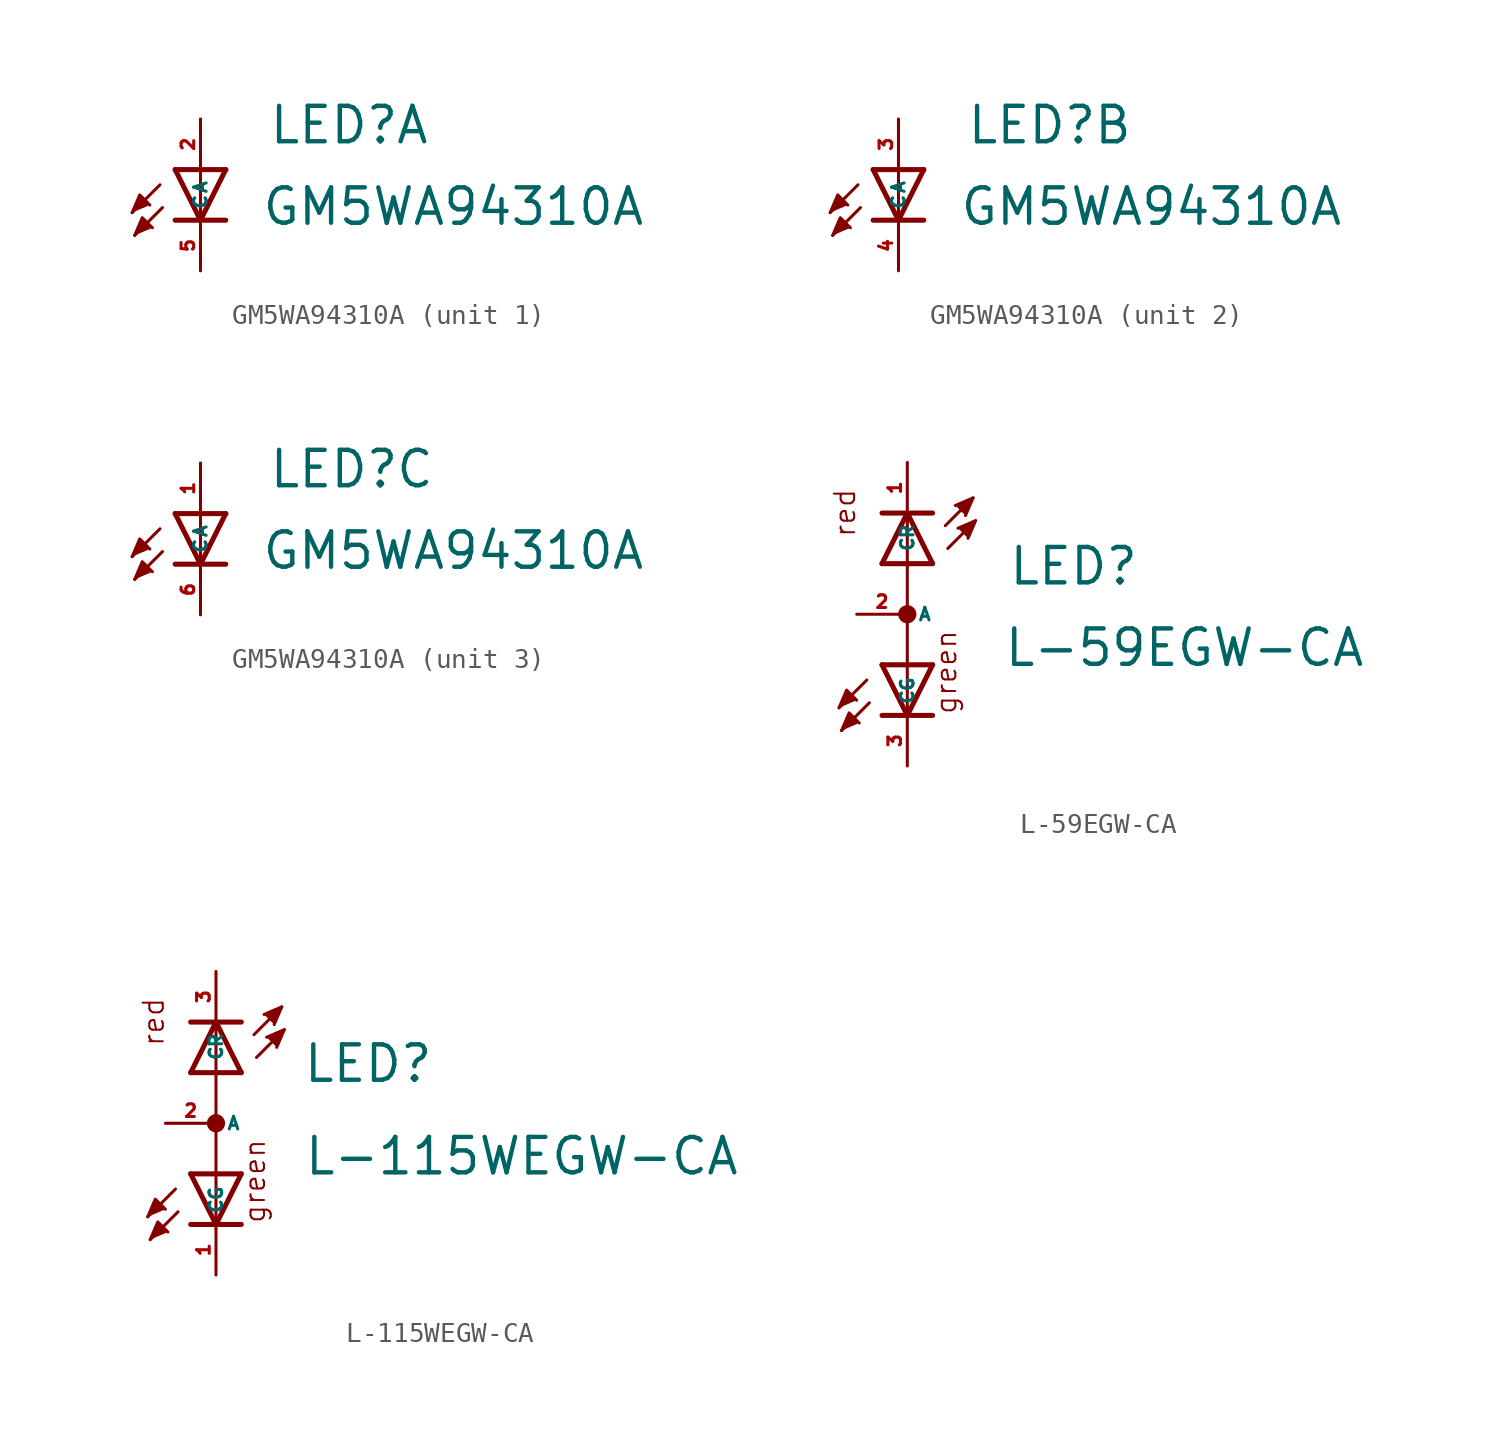
<source format=kicad_sym>
(kicad_symbol_lib
  (version 20220914)
  (generator kicad_symbol_editor)
  (symbol "GM5WA94310A"
    (property "Reference" "LED"
      (at 3.378 1.194 0)
      (effects (font (size 1.778 1.778) (thickness 0.22)) (justify left bottom)))
    (property "Value" "GM5WA94310A"
      (at 3.023 -2.896 0)
      (effects (font (size 1.778 1.778) (thickness 0.22)) (justify left bottom)))
    (symbol "GM5WA94310A_1_0"
      (polyline (pts (xy -2.032 -0.762) (xy -3.429 -2.159)) (stroke (width 0.152) (type default)) (fill (type none)))
      (polyline (pts (xy -1.905 -1.905) (xy -3.302 -3.302)) (stroke (width 0.152) (type default)) (fill (type none)))
      (polyline (pts (xy 0 -2.54) (xy -1.27 -2.54)) (stroke (width 0.254) (type default)) (fill (type none)))
      (polyline (pts (xy 0 -2.54) (xy -1.27 0)) (stroke (width 0.254) (type default)) (fill (type none)))
      (polyline (pts (xy 0 0) (xy -1.27 0)) (stroke (width 0.254) (type default)) (fill (type none)))
      (polyline (pts (xy 0 0) (xy 0 -2.54)) (stroke (width 0.152) (type default)) (fill (type none)))
      (polyline (pts (xy 1.27 -2.54) (xy 0 -2.54)) (stroke (width 0.254) (type default)) (fill (type none)))
      (polyline (pts (xy 1.27 0) (xy 0 -2.54)) (stroke (width 0.254) (type default)) (fill (type none)))
      (polyline (pts (xy 1.27 0) (xy 0 0)) (stroke (width 0.254) (type default)) (fill (type none)))
      (polyline (pts (xy -3.429 -2.159) (xy -3.048 -1.27) (xy -2.54 -1.778)) (stroke (width 0.152) (type default)) (fill (type outline)))
      (polyline (pts (xy -3.302 -3.302) (xy -2.921 -2.413) (xy -2.413 -2.921)) (stroke (width 0.152) (type default)) (fill (type outline)))
      (pin passive line (at 0 2.54 270) (length 2.54) (name "A" (effects (font (size 0.635 0.635)))) (number "2" (effects (font (size 0.635 0.635)))))
      (pin passive line (at 0 -5.08 90) (length 2.54) (name "C" (effects (font (size 0.635 0.635)))) (number "5" (effects (font (size 0.635 0.635))))))
    (symbol "GM5WA94310A_2_0"
      (polyline (pts (xy -2.032 -0.762) (xy -3.429 -2.159)) (stroke (width 0.152) (type default)) (fill (type none)))
      (polyline (pts (xy -1.905 -1.905) (xy -3.302 -3.302)) (stroke (width 0.152) (type default)) (fill (type none)))
      (polyline (pts (xy 0 -2.54) (xy -1.27 -2.54)) (stroke (width 0.254) (type default)) (fill (type none)))
      (polyline (pts (xy 0 -2.54) (xy -1.27 0)) (stroke (width 0.254) (type default)) (fill (type none)))
      (polyline (pts (xy 0 0) (xy -1.27 0)) (stroke (width 0.254) (type default)) (fill (type none)))
      (polyline (pts (xy 0 0) (xy 0 -2.54)) (stroke (width 0.152) (type default)) (fill (type none)))
      (polyline (pts (xy 1.27 -2.54) (xy 0 -2.54)) (stroke (width 0.254) (type default)) (fill (type none)))
      (polyline (pts (xy 1.27 0) (xy 0 -2.54)) (stroke (width 0.254) (type default)) (fill (type none)))
      (polyline (pts (xy 1.27 0) (xy 0 0)) (stroke (width 0.254) (type default)) (fill (type none)))
      (polyline (pts (xy -3.429 -2.159) (xy -3.048 -1.27) (xy -2.54 -1.778)) (stroke (width 0.152) (type default)) (fill (type outline)))
      (polyline (pts (xy -3.302 -3.302) (xy -2.921 -2.413) (xy -2.413 -2.921)) (stroke (width 0.152) (type default)) (fill (type outline)))
      (pin passive line (at 0 2.54 270) (length 2.54) (name "A" (effects (font (size 0.635 0.635)))) (number "3" (effects (font (size 0.635 0.635)))))
      (pin passive line (at 0 -5.08 90) (length 2.54) (name "C" (effects (font (size 0.635 0.635)))) (number "4" (effects (font (size 0.635 0.635))))))
    (symbol "GM5WA94310A_3_0"
      (polyline (pts (xy -2.032 -0.762) (xy -3.429 -2.159)) (stroke (width 0.152) (type default)) (fill (type none)))
      (polyline (pts (xy -1.905 -1.905) (xy -3.302 -3.302)) (stroke (width 0.152) (type default)) (fill (type none)))
      (polyline (pts (xy 0 -2.54) (xy -1.27 -2.54)) (stroke (width 0.254) (type default)) (fill (type none)))
      (polyline (pts (xy 0 -2.54) (xy -1.27 0)) (stroke (width 0.254) (type default)) (fill (type none)))
      (polyline (pts (xy 0 0) (xy -1.27 0)) (stroke (width 0.254) (type default)) (fill (type none)))
      (polyline (pts (xy 0 0) (xy 0 -2.54)) (stroke (width 0.152) (type default)) (fill (type none)))
      (polyline (pts (xy 1.27 -2.54) (xy 0 -2.54)) (stroke (width 0.254) (type default)) (fill (type none)))
      (polyline (pts (xy 1.27 0) (xy 0 -2.54)) (stroke (width 0.254) (type default)) (fill (type none)))
      (polyline (pts (xy 1.27 0) (xy 0 0)) (stroke (width 0.254) (type default)) (fill (type none)))
      (polyline (pts (xy -3.429 -2.159) (xy -3.048 -1.27) (xy -2.54 -1.778)) (stroke (width 0.152) (type default)) (fill (type outline)))
      (polyline (pts (xy -3.302 -3.302) (xy -2.921 -2.413) (xy -2.413 -2.921)) (stroke (width 0.152) (type default)) (fill (type outline)))
      (pin passive line (at 0 2.54 270) (length 2.54) (name "A" (effects (font (size 0.635 0.635)))) (number "1" (effects (font (size 0.635 0.635)))))
      (pin passive line (at 0 -5.08 90) (length 2.54) (name "C" (effects (font (size 0.635 0.635)))) (number "6" (effects (font (size 0.635 0.635)))))))
  (symbol "L-59EGW-CA"
    (property "Reference" "LED"
      (at 5.029 1.372 0)
      (effects (font (size 1.778 1.778) (thickness 0.22)) (justify left bottom)))
    (property "Value" "L-59EGW-CA"
      (at 4.801 -2.718 0)
      (effects (font (size 1.778 1.778) (thickness 0.22)) (justify left bottom)))
    (symbol "L-59EGW-CA_1_1"
      (polyline (pts (xy -2.032 -3.302) (xy -3.429 -4.699)) (stroke (width 0.152) (type default)) (fill (type none)))
      (polyline (pts (xy -1.905 -4.445) (xy -3.302 -5.842)) (stroke (width 0.152) (type default)) (fill (type none)))
      (polyline (pts (xy -1.27 2.54) (xy 0 5.08)) (stroke (width 0.254) (type default)) (fill (type none)))
      (polyline (pts (xy -1.27 2.54) (xy 1.27 2.54)) (stroke (width 0.254) (type default)) (fill (type none)))
      (polyline (pts (xy -1.27 5.08) (xy 0 5.08)) (stroke (width 0.254) (type default)) (fill (type none)))
      (polyline (pts (xy 0 -5.08) (xy -1.27 -5.08)) (stroke (width 0.254) (type default)) (fill (type none)))
      (polyline (pts (xy 0 -5.08) (xy -1.27 -2.54)) (stroke (width 0.254) (type default)) (fill (type none)))
      (polyline (pts (xy 0 -5.08) (xy 0 -2.54)) (stroke (width 0.152) (type default)) (fill (type none)))
      (polyline (pts (xy 0 -2.54) (xy -1.27 -2.54)) (stroke (width 0.254) (type default)) (fill (type none)))
      (polyline (pts (xy 0 5.08) (xy 0 -2.54)) (stroke (width 0.152) (type default)) (fill (type none)))
      (polyline (pts (xy 0 5.08) (xy 1.27 2.54)) (stroke (width 0.254) (type default)) (fill (type none)))
      (polyline (pts (xy 0 5.08) (xy 1.27 5.08)) (stroke (width 0.254) (type default)) (fill (type none)))
      (polyline (pts (xy 1.27 -5.08) (xy 0 -5.08)) (stroke (width 0.254) (type default)) (fill (type none)))
      (polyline (pts (xy 1.27 -2.54) (xy 0 -5.08)) (stroke (width 0.254) (type default)) (fill (type none)))
      (polyline (pts (xy 1.27 -2.54) (xy 0 -2.54)) (stroke (width 0.254) (type default)) (fill (type none)))
      (polyline (pts (xy 1.905 4.445) (xy 3.302 5.842)) (stroke (width 0.152) (type default)) (fill (type none)))
      (polyline (pts (xy 2.032 3.302) (xy 3.429 4.699)) (stroke (width 0.152) (type default)) (fill (type none)))
      (polyline (pts (xy -3.429 -4.699) (xy -3.048 -3.81) (xy -2.54 -4.318)) (stroke (width 0.152) (type default)) (fill (type outline)))
      (polyline (pts (xy -3.302 -5.842) (xy -2.921 -4.953) (xy -2.413 -5.461)) (stroke (width 0.152) (type default)) (fill (type outline)))
      (polyline (pts (xy 2.413 5.461) (xy 3.302 5.842) (xy 2.921 4.953)) (stroke (width 0.152) (type default)) (fill (type outline)))
      (polyline (pts (xy 2.54 4.318) (xy 3.429 4.699) (xy 3.048 3.81)) (stroke (width 0.152) (type default)) (fill (type outline)))
      (circle (center 0 0) (radius 0.254) (stroke (width 0.406) (type default)) (fill (type none)))
      (text "green" (at 2.54 -5.08 900) (effects (font (size 1.016 1.016) (thickness 0.1)) (justify left bottom)))
      (text "red" (at -2.54 3.81 900) (effects (font (size 1.016 1.016) (thickness 0.1)) (justify left bottom)))
      (pin passive line (at 0 7.62 270) (length 2.54) (name "CR" (effects (font (size 0.635 0.635)))) (number "1" (effects (font (size 0.635 0.635)))))
      (pin passive line (at -2.54 0 0) (length 2.54) (name "A" (effects (font (size 0.635 0.635)))) (number "2" (effects (font (size 0.635 0.635)))))
      (pin passive line (at 0 -7.62 90) (length 2.54) (name "CG" (effects (font (size 0.635 0.635)))) (number "3" (effects (font (size 0.635 0.635)))))))
  (symbol "L-115WEGW-CA"
    (property "Reference" "LED"
      (at 4.318 1.956 0)
      (effects (font (size 1.778 1.778) (thickness 0.22)) (justify left bottom)))
    (property "Value" "L-115WEGW-CA"
      (at 4.369 -2.692 0)
      (effects (font (size 1.778 1.778) (thickness 0.22)) (justify left bottom)))
    (symbol "L-115WEGW-CA_1_1"
      (polyline (pts (xy -2.032 -3.302) (xy -3.429 -4.699)) (stroke (width 0.152) (type default)) (fill (type none)))
      (polyline (pts (xy -1.905 -4.445) (xy -3.302 -5.842)) (stroke (width 0.152) (type default)) (fill (type none)))
      (polyline (pts (xy -1.27 2.54) (xy 0 5.08)) (stroke (width 0.254) (type default)) (fill (type none)))
      (polyline (pts (xy -1.27 2.54) (xy 1.27 2.54)) (stroke (width 0.254) (type default)) (fill (type none)))
      (polyline (pts (xy -1.27 5.08) (xy 0 5.08)) (stroke (width 0.254) (type default)) (fill (type none)))
      (polyline (pts (xy 0 -5.08) (xy -1.27 -5.08)) (stroke (width 0.254) (type default)) (fill (type none)))
      (polyline (pts (xy 0 -5.08) (xy -1.27 -2.54)) (stroke (width 0.254) (type default)) (fill (type none)))
      (polyline (pts (xy 0 -5.08) (xy 0 -2.54)) (stroke (width 0.152) (type default)) (fill (type none)))
      (polyline (pts (xy 0 -2.54) (xy -1.27 -2.54)) (stroke (width 0.254) (type default)) (fill (type none)))
      (polyline (pts (xy 0 5.08) (xy 0 -2.54)) (stroke (width 0.152) (type default)) (fill (type none)))
      (polyline (pts (xy 0 5.08) (xy 1.27 2.54)) (stroke (width 0.254) (type default)) (fill (type none)))
      (polyline (pts (xy 0 5.08) (xy 1.27 5.08)) (stroke (width 0.254) (type default)) (fill (type none)))
      (polyline (pts (xy 1.27 -5.08) (xy 0 -5.08)) (stroke (width 0.254) (type default)) (fill (type none)))
      (polyline (pts (xy 1.27 -2.54) (xy 0 -5.08)) (stroke (width 0.254) (type default)) (fill (type none)))
      (polyline (pts (xy 1.27 -2.54) (xy 0 -2.54)) (stroke (width 0.254) (type default)) (fill (type none)))
      (polyline (pts (xy 1.905 4.445) (xy 3.302 5.842)) (stroke (width 0.152) (type default)) (fill (type none)))
      (polyline (pts (xy 2.032 3.302) (xy 3.429 4.699)) (stroke (width 0.152) (type default)) (fill (type none)))
      (polyline (pts (xy -3.429 -4.699) (xy -3.048 -3.81) (xy -2.54 -4.318)) (stroke (width 0.152) (type default)) (fill (type outline)))
      (polyline (pts (xy -3.302 -5.842) (xy -2.921 -4.953) (xy -2.413 -5.461)) (stroke (width 0.152) (type default)) (fill (type outline)))
      (polyline (pts (xy 2.413 5.461) (xy 3.302 5.842) (xy 2.921 4.953)) (stroke (width 0.152) (type default)) (fill (type outline)))
      (polyline (pts (xy 2.54 4.318) (xy 3.429 4.699) (xy 3.048 3.81)) (stroke (width 0.152) (type default)) (fill (type outline)))
      (circle (center 0 0) (radius 0.254) (stroke (width 0.406) (type default)) (fill (type none)))
      (text "green" (at 2.54 -5.08 900) (effects (font (size 1.016 1.016) (thickness 0.1)) (justify left bottom)))
      (text "red" (at -2.54 3.81 900) (effects (font (size 1.016 1.016) (thickness 0.1)) (justify left bottom)))
      (pin passive line (at 0 -7.62 90) (length 2.54) (name "CG" (effects (font (size 0.635 0.635)))) (number "1" (effects (font (size 0.635 0.635)))))
      (pin passive line (at -2.54 0 0) (length 2.54) (name "A" (effects (font (size 0.635 0.635)))) (number "2" (effects (font (size 0.635 0.635)))))
      (pin passive line (at 0 7.62 270) (length 2.54) (name "CR" (effects (font (size 0.635 0.635)))) (number "3" (effects (font (size 0.635 0.635))))))))
</source>
